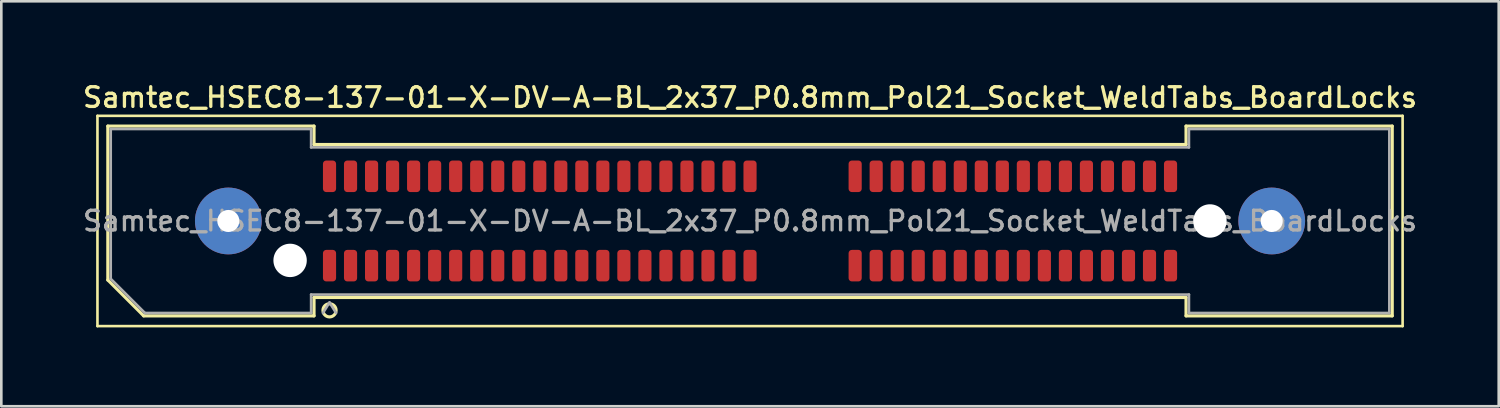
<source format=kicad_pcb>
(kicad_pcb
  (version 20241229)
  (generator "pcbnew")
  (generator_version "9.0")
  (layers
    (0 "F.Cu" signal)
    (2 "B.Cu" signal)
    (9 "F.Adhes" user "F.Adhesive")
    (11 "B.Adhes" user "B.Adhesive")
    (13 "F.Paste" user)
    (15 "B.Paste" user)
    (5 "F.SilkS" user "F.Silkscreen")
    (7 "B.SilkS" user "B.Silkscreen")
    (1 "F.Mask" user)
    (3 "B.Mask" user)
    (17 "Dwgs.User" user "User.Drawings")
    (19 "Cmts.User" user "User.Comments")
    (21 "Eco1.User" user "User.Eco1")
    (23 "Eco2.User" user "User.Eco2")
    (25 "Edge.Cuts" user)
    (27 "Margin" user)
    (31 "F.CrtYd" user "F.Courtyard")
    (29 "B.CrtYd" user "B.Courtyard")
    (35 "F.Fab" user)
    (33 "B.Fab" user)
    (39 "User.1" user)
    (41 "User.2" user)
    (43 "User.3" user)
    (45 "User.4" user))
  (footprint "Samtec_HSEC8-137-01-X-DV-A-BL_2x37_P0.8mm_Pol21_Socket_WeldTabs_BoardLocks"
    (layer "F.Cu")
    (at 25.488 5.358)
    (property "Reference" "Samtec_HSEC8-137-01-X-DV-A-BL_2x37_P0.8mm_Pol21_Socket_WeldTabs_BoardLocks" (at 0 -4.7 0) (layer "F.SilkS") (effects (font (size 0.75 0.75) (thickness 0.125))))
    (attr smd)
    (fp_line (start -24.83 -4) (end -24.83 4) (stroke (width 0.1) (type solid)) (layer "F.SilkS"))
    (fp_line (start -24.83 4) (end 24.83 4) (stroke (width 0.1) (type solid)) (layer "F.SilkS"))
    (fp_line (start -24.435 -3.61) (end -16.59 -3.61) (stroke (width 0.12) (type solid)) (layer "F.SilkS"))
    (fp_line (start -24.435 2.246) (end -24.435 -3.61) (stroke (width 0.12) (type solid)) (layer "F.SilkS"))
    (fp_line (start -23.071 3.61) (end -24.435 2.246) (stroke (width 0.12) (type solid)) (layer "F.SilkS"))
    (fp_line (start -16.59 -3.61) (end -16.59 -2.91) (stroke (width 0.12) (type solid)) (layer "F.SilkS"))
    (fp_line (start -16.59 -2.91) (end 16.59 -2.91) (stroke (width 0.12) (type solid)) (layer "F.SilkS"))
    (fp_line (start -16.59 2.91) (end -16.59 3.61) (stroke (width 0.12) (type solid)) (layer "F.SilkS"))
    (fp_line (start -16.59 3.61) (end -23.071 3.61) (stroke (width 0.12) (type solid)) (layer "F.SilkS"))
    (fp_line (start 16.59 -3.61) (end 24.435 -3.61) (stroke (width 0.12) (type solid)) (layer "F.SilkS"))
    (fp_line (start 16.59 -2.91) (end 16.59 -3.61) (stroke (width 0.12) (type solid)) (layer "F.SilkS"))
    (fp_line (start 16.59 2.91) (end -16.59 2.91) (stroke (width 0.12) (type solid)) (layer "F.SilkS"))
    (fp_line (start 16.59 3.61) (end 16.59 2.91) (stroke (width 0.12) (type solid)) (layer "F.SilkS"))
    (fp_line (start 24.435 -3.61) (end 24.435 3.61) (stroke (width 0.12) (type solid)) (layer "F.SilkS"))
    (fp_line (start 24.435 3.61) (end 16.59 3.61) (stroke (width 0.12) (type solid)) (layer "F.SilkS"))
    (fp_line (start 24.83 -4) (end -24.83 -4) (stroke (width 0.1) (type solid)) (layer "F.SilkS"))
    (fp_line (start 24.83 4) (end 24.83 -4) (stroke (width 0.1) (type solid)) (layer "F.SilkS"))
    (fp_circle (center -16 3.4) (end -15.75 3.4) (stroke (width 0.12) (type solid)) (fill no) (layer "F.SilkS"))
    (fp_line (start -24.325 -3.5) (end -16.7 -3.5) (stroke (width 0.1) (type solid)) (layer "F.Fab"))
    (fp_line (start -24.325 2.2) (end -24.325 -3.5) (stroke (width 0.1) (type solid)) (layer "F.Fab"))
    (fp_line (start -23.025 3.5) (end -24.325 2.2) (stroke (width 0.1) (type solid)) (layer "F.Fab"))
    (fp_line (start -16.7 -3.5) (end -16.7 -2.8) (stroke (width 0.1) (type solid)) (layer "F.Fab"))
    (fp_line (start -16.7 -2.8) (end 16.7 -2.8) (stroke (width 0.1) (type solid)) (layer "F.Fab"))
    (fp_line (start -16.7 2.8) (end -16.7 3.5) (stroke (width 0.1) (type solid)) (layer "F.Fab"))
    (fp_line (start -16.7 3.5) (end -23.025 3.5) (stroke (width 0.1) (type solid)) (layer "F.Fab"))
    (fp_line (start -16 3.1) (end -16.25 3.5) (stroke (width 0.1) (type solid)) (layer "F.Fab"))
    (fp_line (start -16 3.1) (end -15.75 3.5) (stroke (width 0.1) (type solid)) (layer "F.Fab"))
    (fp_line (start 16.7 -3.5) (end 24.325 -3.5) (stroke (width 0.1) (type solid)) (layer "F.Fab"))
    (fp_line (start 16.7 -2.8) (end 16.7 -3.5) (stroke (width 0.1) (type solid)) (layer "F.Fab"))
    (fp_line (start 16.7 2.8) (end -16.7 2.8) (stroke (width 0.1) (type solid)) (layer "F.Fab"))
    (fp_line (start 16.7 3.5) (end 16.7 2.8) (stroke (width 0.1) (type solid)) (layer "F.Fab"))
    (fp_line (start 24.325 -3.5) (end 24.325 3.5) (stroke (width 0.1) (type solid)) (layer "F.Fab"))
    (fp_line (start 24.325 3.5) (end 16.7 3.5) (stroke (width 0.1) (type solid)) (layer "F.Fab"))
    (fp_text user "${REFERENCE}" (at 0 0 0) (layer "F.Fab") (effects (font (size 0.75 0.75) (thickness 0.125))))
    (pad "" thru_hole circle (at -19.85 0) (size 2.54 2.54) (drill 0.84) (layers "*.Cu" "*.Mask" "F.Paste"))
    (pad "" np_thru_hole circle (at -17.5 1.5) (size 1.27 1.27) (drill 1.27) (layers "*.Cu" "*.Mask"))
    (pad "" np_thru_hole circle (at 17.5 0) (size 1.27 1.27) (drill 1.27) (layers "*.Cu" "*.Mask"))
    (pad "" thru_hole circle (at 19.85 0) (size 2.54 2.54) (drill 0.84) (layers "*.Cu" "*.Mask" "F.Paste"))
    (pad "1" smd roundrect (at -16 1.7) (size 0.5 1.2) (layers "F.Cu" "F.Mask" "F.Paste") (roundrect_rratio 0.25))
    (pad "2" smd roundrect (at -16 -1.7) (size 0.5 1.2) (layers "F.Cu" "F.Mask" "F.Paste") (roundrect_rratio 0.25))
    (pad "3" smd roundrect (at -15.2 1.7) (size 0.5 1.2) (layers "F.Cu" "F.Mask" "F.Paste") (roundrect_rratio 0.25))
    (pad "4" smd roundrect (at -15.2 -1.7) (size 0.5 1.2) (layers "F.Cu" "F.Mask" "F.Paste") (roundrect_rratio 0.25))
    (pad "5" smd roundrect (at -14.4 1.7) (size 0.5 1.2) (layers "F.Cu" "F.Mask" "F.Paste") (roundrect_rratio 0.25))
    (pad "6" smd roundrect (at -14.4 -1.7) (size 0.5 1.2) (layers "F.Cu" "F.Mask" "F.Paste") (roundrect_rratio 0.25))
    (pad "7" smd roundrect (at -13.6 1.7) (size 0.5 1.2) (layers "F.Cu" "F.Mask" "F.Paste") (roundrect_rratio 0.25))
    (pad "8" smd roundrect (at -13.6 -1.7) (size 0.5 1.2) (layers "F.Cu" "F.Mask" "F.Paste") (roundrect_rratio 0.25))
    (pad "9" smd roundrect (at -12.8 1.7) (size 0.5 1.2) (layers "F.Cu" "F.Mask" "F.Paste") (roundrect_rratio 0.25))
    (pad "10" smd roundrect (at -12.8 -1.7) (size 0.5 1.2) (layers "F.Cu" "F.Mask" "F.Paste") (roundrect_rratio 0.25))
    (pad "11" smd roundrect (at -12 1.7) (size 0.5 1.2) (layers "F.Cu" "F.Mask" "F.Paste") (roundrect_rratio 0.25))
    (pad "12" smd roundrect (at -12 -1.7) (size 0.5 1.2) (layers "F.Cu" "F.Mask" "F.Paste") (roundrect_rratio 0.25))
    (pad "13" smd roundrect (at -11.2 1.7) (size 0.5 1.2) (layers "F.Cu" "F.Mask" "F.Paste") (roundrect_rratio 0.25))
    (pad "14" smd roundrect (at -11.2 -1.7) (size 0.5 1.2) (layers "F.Cu" "F.Mask" "F.Paste") (roundrect_rratio 0.25))
    (pad "15" smd roundrect (at -10.4 1.7) (size 0.5 1.2) (layers "F.Cu" "F.Mask" "F.Paste") (roundrect_rratio 0.25))
    (pad "16" smd roundrect (at -10.4 -1.7) (size 0.5 1.2) (layers "F.Cu" "F.Mask" "F.Paste") (roundrect_rratio 0.25))
    (pad "17" smd roundrect (at -9.6 1.7) (size 0.5 1.2) (layers "F.Cu" "F.Mask" "F.Paste") (roundrect_rratio 0.25))
    (pad "18" smd roundrect (at -9.6 -1.7) (size 0.5 1.2) (layers "F.Cu" "F.Mask" "F.Paste") (roundrect_rratio 0.25))
    (pad "19" smd roundrect (at -8.8 1.7) (size 0.5 1.2) (layers "F.Cu" "F.Mask" "F.Paste") (roundrect_rratio 0.25))
    (pad "20" smd roundrect (at -8.8 -1.7) (size 0.5 1.2) (layers "F.Cu" "F.Mask" "F.Paste") (roundrect_rratio 0.25))
    (pad "21" smd roundrect (at -8 1.7) (size 0.5 1.2) (layers "F.Cu" "F.Mask" "F.Paste") (roundrect_rratio 0.25))
    (pad "22" smd roundrect (at -8 -1.7) (size 0.5 1.2) (layers "F.Cu" "F.Mask" "F.Paste") (roundrect_rratio 0.25))
    (pad "23" smd roundrect (at -7.2 1.7) (size 0.5 1.2) (layers "F.Cu" "F.Mask" "F.Paste") (roundrect_rratio 0.25))
    (pad "24" smd roundrect (at -7.2 -1.7) (size 0.5 1.2) (layers "F.Cu" "F.Mask" "F.Paste") (roundrect_rratio 0.25))
    (pad "25" smd roundrect (at -6.4 1.7) (size 0.5 1.2) (layers "F.Cu" "F.Mask" "F.Paste") (roundrect_rratio 0.25))
    (pad "26" smd roundrect (at -6.4 -1.7) (size 0.5 1.2) (layers "F.Cu" "F.Mask" "F.Paste") (roundrect_rratio 0.25))
    (pad "27" smd roundrect (at -5.6 1.7) (size 0.5 1.2) (layers "F.Cu" "F.Mask" "F.Paste") (roundrect_rratio 0.25))
    (pad "28" smd roundrect (at -5.6 -1.7) (size 0.5 1.2) (layers "F.Cu" "F.Mask" "F.Paste") (roundrect_rratio 0.25))
    (pad "29" smd roundrect (at -4.8 1.7) (size 0.5 1.2) (layers "F.Cu" "F.Mask" "F.Paste") (roundrect_rratio 0.25))
    (pad "30" smd roundrect (at -4.8 -1.7) (size 0.5 1.2) (layers "F.Cu" "F.Mask" "F.Paste") (roundrect_rratio 0.25))
    (pad "31" smd roundrect (at -4 1.7) (size 0.5 1.2) (layers "F.Cu" "F.Mask" "F.Paste") (roundrect_rratio 0.25))
    (pad "32" smd roundrect (at -4 -1.7) (size 0.5 1.2) (layers "F.Cu" "F.Mask" "F.Paste") (roundrect_rratio 0.25))
    (pad "33" smd roundrect (at -3.2 1.7) (size 0.5 1.2) (layers "F.Cu" "F.Mask" "F.Paste") (roundrect_rratio 0.25))
    (pad "34" smd roundrect (at -3.2 -1.7) (size 0.5 1.2) (layers "F.Cu" "F.Mask" "F.Paste") (roundrect_rratio 0.25))
    (pad "35" smd roundrect (at -2.4 1.7) (size 0.5 1.2) (layers "F.Cu" "F.Mask" "F.Paste") (roundrect_rratio 0.25))
    (pad "36" smd roundrect (at -2.4 -1.7) (size 0.5 1.2) (layers "F.Cu" "F.Mask" "F.Paste") (roundrect_rratio 0.25))
    (pad "37" smd roundrect (at -1.6 1.7) (size 0.5 1.2) (layers "F.Cu" "F.Mask" "F.Paste") (roundrect_rratio 0.25))
    (pad "38" smd roundrect (at -1.6 -1.7) (size 0.5 1.2) (layers "F.Cu" "F.Mask" "F.Paste") (roundrect_rratio 0.25))
    (pad "39" smd roundrect (at -0.8 1.7) (size 0.5 1.2) (layers "F.Cu" "F.Mask" "F.Paste") (roundrect_rratio 0.25))
    (pad "40" smd roundrect (at -0.8 -1.7) (size 0.5 1.2) (layers "F.Cu" "F.Mask" "F.Paste") (roundrect_rratio 0.25))
    (pad "41" smd roundrect (at 0 1.7) (size 0.5 1.2) (layers "F.Cu" "F.Mask" "F.Paste") (roundrect_rratio 0.25))
    (pad "42" smd roundrect (at 0 -1.7) (size 0.5 1.2) (layers "F.Cu" "F.Mask" "F.Paste") (roundrect_rratio 0.25))
    (pad "43" smd roundrect (at 4 1.7) (size 0.5 1.2) (layers "F.Cu" "F.Mask" "F.Paste") (roundrect_rratio 0.25))
    (pad "44" smd roundrect (at 4 -1.7) (size 0.5 1.2) (layers "F.Cu" "F.Mask" "F.Paste") (roundrect_rratio 0.25))
    (pad "45" smd roundrect (at 4.8 1.7) (size 0.5 1.2) (layers "F.Cu" "F.Mask" "F.Paste") (roundrect_rratio 0.25))
    (pad "46" smd roundrect (at 4.8 -1.7) (size 0.5 1.2) (layers "F.Cu" "F.Mask" "F.Paste") (roundrect_rratio 0.25))
    (pad "47" smd roundrect (at 5.6 1.7) (size 0.5 1.2) (layers "F.Cu" "F.Mask" "F.Paste") (roundrect_rratio 0.25))
    (pad "48" smd roundrect (at 5.6 -1.7) (size 0.5 1.2) (layers "F.Cu" "F.Mask" "F.Paste") (roundrect_rratio 0.25))
    (pad "49" smd roundrect (at 6.4 1.7) (size 0.5 1.2) (layers "F.Cu" "F.Mask" "F.Paste") (roundrect_rratio 0.25))
    (pad "50" smd roundrect (at 6.4 -1.7) (size 0.5 1.2) (layers "F.Cu" "F.Mask" "F.Paste") (roundrect_rratio 0.25))
    (pad "51" smd roundrect (at 7.2 1.7) (size 0.5 1.2) (layers "F.Cu" "F.Mask" "F.Paste") (roundrect_rratio 0.25))
    (pad "52" smd roundrect (at 7.2 -1.7) (size 0.5 1.2) (layers "F.Cu" "F.Mask" "F.Paste") (roundrect_rratio 0.25))
    (pad "53" smd roundrect (at 8 1.7) (size 0.5 1.2) (layers "F.Cu" "F.Mask" "F.Paste") (roundrect_rratio 0.25))
    (pad "54" smd roundrect (at 8 -1.7) (size 0.5 1.2) (layers "F.Cu" "F.Mask" "F.Paste") (roundrect_rratio 0.25))
    (pad "55" smd roundrect (at 8.8 1.7) (size 0.5 1.2) (layers "F.Cu" "F.Mask" "F.Paste") (roundrect_rratio 0.25))
    (pad "56" smd roundrect (at 8.8 -1.7) (size 0.5 1.2) (layers "F.Cu" "F.Mask" "F.Paste") (roundrect_rratio 0.25))
    (pad "57" smd roundrect (at 9.6 1.7) (size 0.5 1.2) (layers "F.Cu" "F.Mask" "F.Paste") (roundrect_rratio 0.25))
    (pad "58" smd roundrect (at 9.6 -1.7) (size 0.5 1.2) (layers "F.Cu" "F.Mask" "F.Paste") (roundrect_rratio 0.25))
    (pad "59" smd roundrect (at 10.4 1.7) (size 0.5 1.2) (layers "F.Cu" "F.Mask" "F.Paste") (roundrect_rratio 0.25))
    (pad "60" smd roundrect (at 10.4 -1.7) (size 0.5 1.2) (layers "F.Cu" "F.Mask" "F.Paste") (roundrect_rratio 0.25))
    (pad "61" smd roundrect (at 11.2 1.7) (size 0.5 1.2) (layers "F.Cu" "F.Mask" "F.Paste") (roundrect_rratio 0.25))
    (pad "62" smd roundrect (at 11.2 -1.7) (size 0.5 1.2) (layers "F.Cu" "F.Mask" "F.Paste") (roundrect_rratio 0.25))
    (pad "63" smd roundrect (at 12 1.7) (size 0.5 1.2) (layers "F.Cu" "F.Mask" "F.Paste") (roundrect_rratio 0.25))
    (pad "64" smd roundrect (at 12 -1.7) (size 0.5 1.2) (layers "F.Cu" "F.Mask" "F.Paste") (roundrect_rratio 0.25))
    (pad "65" smd roundrect (at 12.8 1.7) (size 0.5 1.2) (layers "F.Cu" "F.Mask" "F.Paste") (roundrect_rratio 0.25))
    (pad "66" smd roundrect (at 12.8 -1.7) (size 0.5 1.2) (layers "F.Cu" "F.Mask" "F.Paste") (roundrect_rratio 0.25))
    (pad "67" smd roundrect (at 13.6 1.7) (size 0.5 1.2) (layers "F.Cu" "F.Mask" "F.Paste") (roundrect_rratio 0.25))
    (pad "68" smd roundrect (at 13.6 -1.7) (size 0.5 1.2) (layers "F.Cu" "F.Mask" "F.Paste") (roundrect_rratio 0.25))
    (pad "69" smd roundrect (at 14.4 1.7) (size 0.5 1.2) (layers "F.Cu" "F.Mask" "F.Paste") (roundrect_rratio 0.25))
    (pad "70" smd roundrect (at 14.4 -1.7) (size 0.5 1.2) (layers "F.Cu" "F.Mask" "F.Paste") (roundrect_rratio 0.25))
    (pad "71" smd roundrect (at 15.2 1.7) (size 0.5 1.2) (layers "F.Cu" "F.Mask" "F.Paste") (roundrect_rratio 0.25))
    (pad "72" smd roundrect (at 15.2 -1.7) (size 0.5 1.2) (layers "F.Cu" "F.Mask" "F.Paste") (roundrect_rratio 0.25))
    (pad "73" smd roundrect (at 16 1.7) (size 0.5 1.2) (layers "F.Cu" "F.Mask" "F.Paste") (roundrect_rratio 0.25))
    (pad "74" smd roundrect (at 16 -1.7) (size 0.5 1.2) (layers "F.Cu" "F.Mask" "F.Paste") (roundrect_rratio 0.25)))
  (gr_rect
    (start -3 -3)
    (end 53.975 12.408)
    (stroke (width 0.1) (type default))
    (fill no)
    (layer "Edge.Cuts")))
</source>
